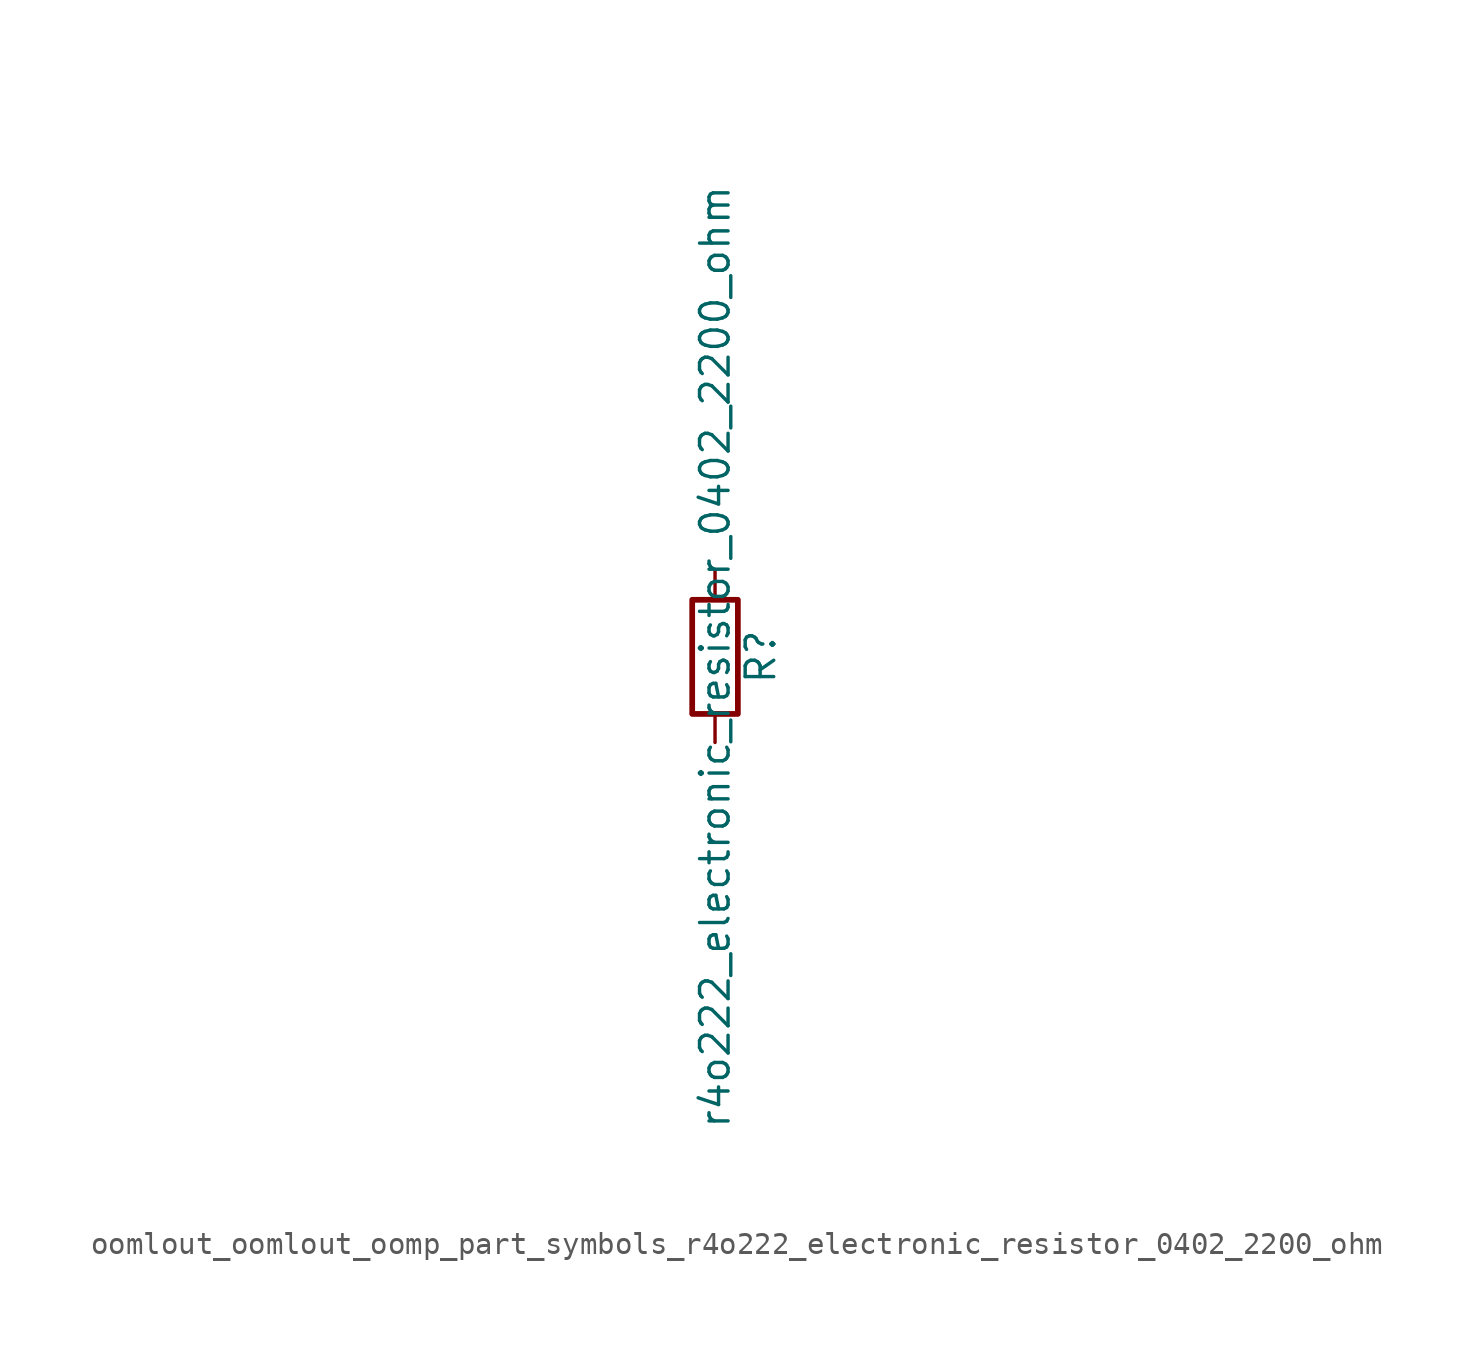
<source format=kicad_sym>
(kicad_symbol_lib
  (version 20220914)
  (generator kicad_symbol_editor)
  (symbol "oomlout_oomlout_oomp_part_symbols_r4o222_electronic_resistor_0402_2200_ohm"
    (pin_numbers hide)
    (pin_names
      (offset 0))
    (property "Reference" "R"
      (at 2.032 0 90)
      (effects (font (size 1.27 1.27))))
    (property "Value" "r4o222_electronic_resistor_0402_2200_ohm"
      (at 0 0 90)
      (effects (font (size 1.27 1.27))))
    (symbol "oomlout_oomlout_oomp_part_symbols_r4o222_electronic_resistor_0402_2200_ohm_0_1"
      (rectangle (start -1.016 -2.54) (end 1.016 2.54) (stroke (width 0.254) (type default)) (fill (type none))))
    (symbol "oomlout_oomlout_oomp_part_symbols_r4o222_electronic_resistor_0402_2200_ohm_1_1"
      (pin passive line (at 0 3.81 270) (length 1.27) (name "~" (effects (font (size 1.27 1.27)))) (number "1" (effects (font (size 1.27 1.27)))))
      (pin passive line (at 0 -3.81 90) (length 1.27) (name "~" (effects (font (size 1.27 1.27)))) (number "2" (effects (font (size 1.27 1.27))))))))
</source>
